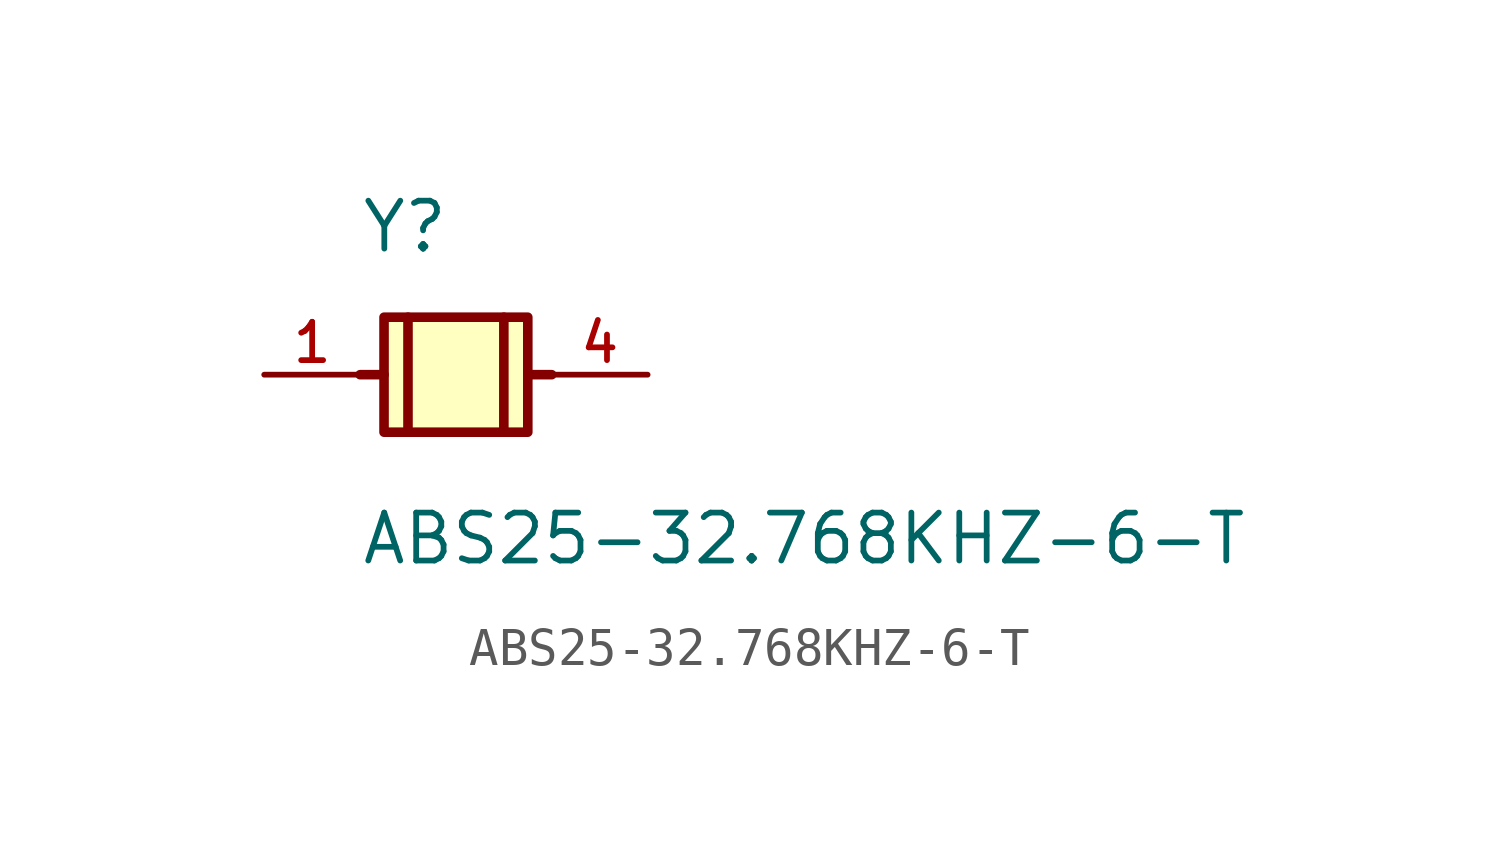
<source format=kicad_sym>
(kicad_symbol_lib
  (version 20211014)
  (generator kicad_symbol_editor)
  (symbol "ABS25-32.768KHZ-6-T"
    (pin_names
      (offset 1.016))
    (property "Reference" "Y"
      (at -2.542 3.178 0)
      (effects (font (size 1.27 1.27)) (justify bottom left)))
    (property "Value" "ABS25-32.768KHZ-6-T"
      (at -2.544 -5.088 0)
      (effects (font (size 1.27 1.27)) (justify bottom left)))
    (symbol "ABS25-32.768KHZ-6-T_0_0"
      (polyline (pts (xy 1.27 1.524) (xy 1.27 -1.524)) (stroke (width 0.254)))
      (polyline (pts (xy -1.27 -1.524) (xy -1.27 1.524)) (stroke (width 0.254)))
      (polyline (pts (xy -1.905 0.0) (xy -2.54 0.0)) (stroke (width 0.254)))
      (polyline (pts (xy 1.905 0.0) (xy 2.54 0.0)) (stroke (width 0.254)))
      (rectangle (start -1.905 -1.524) (end 1.905 1.524) (stroke (width 0.254)) (fill (type background)))
      (pin passive line (at -5.08 0.0 0) (length 2.54) (name "~" (effects (font (size 1.016 1.016)))) (number "1" (effects (font (size 1.016 1.016)))))
      (pin passive line (at 5.08 0.0 180.0) (length 2.54) (name "~" (effects (font (size 1.016 1.016)))) (number "4" (effects (font (size 1.016 1.016))))))))
</source>
